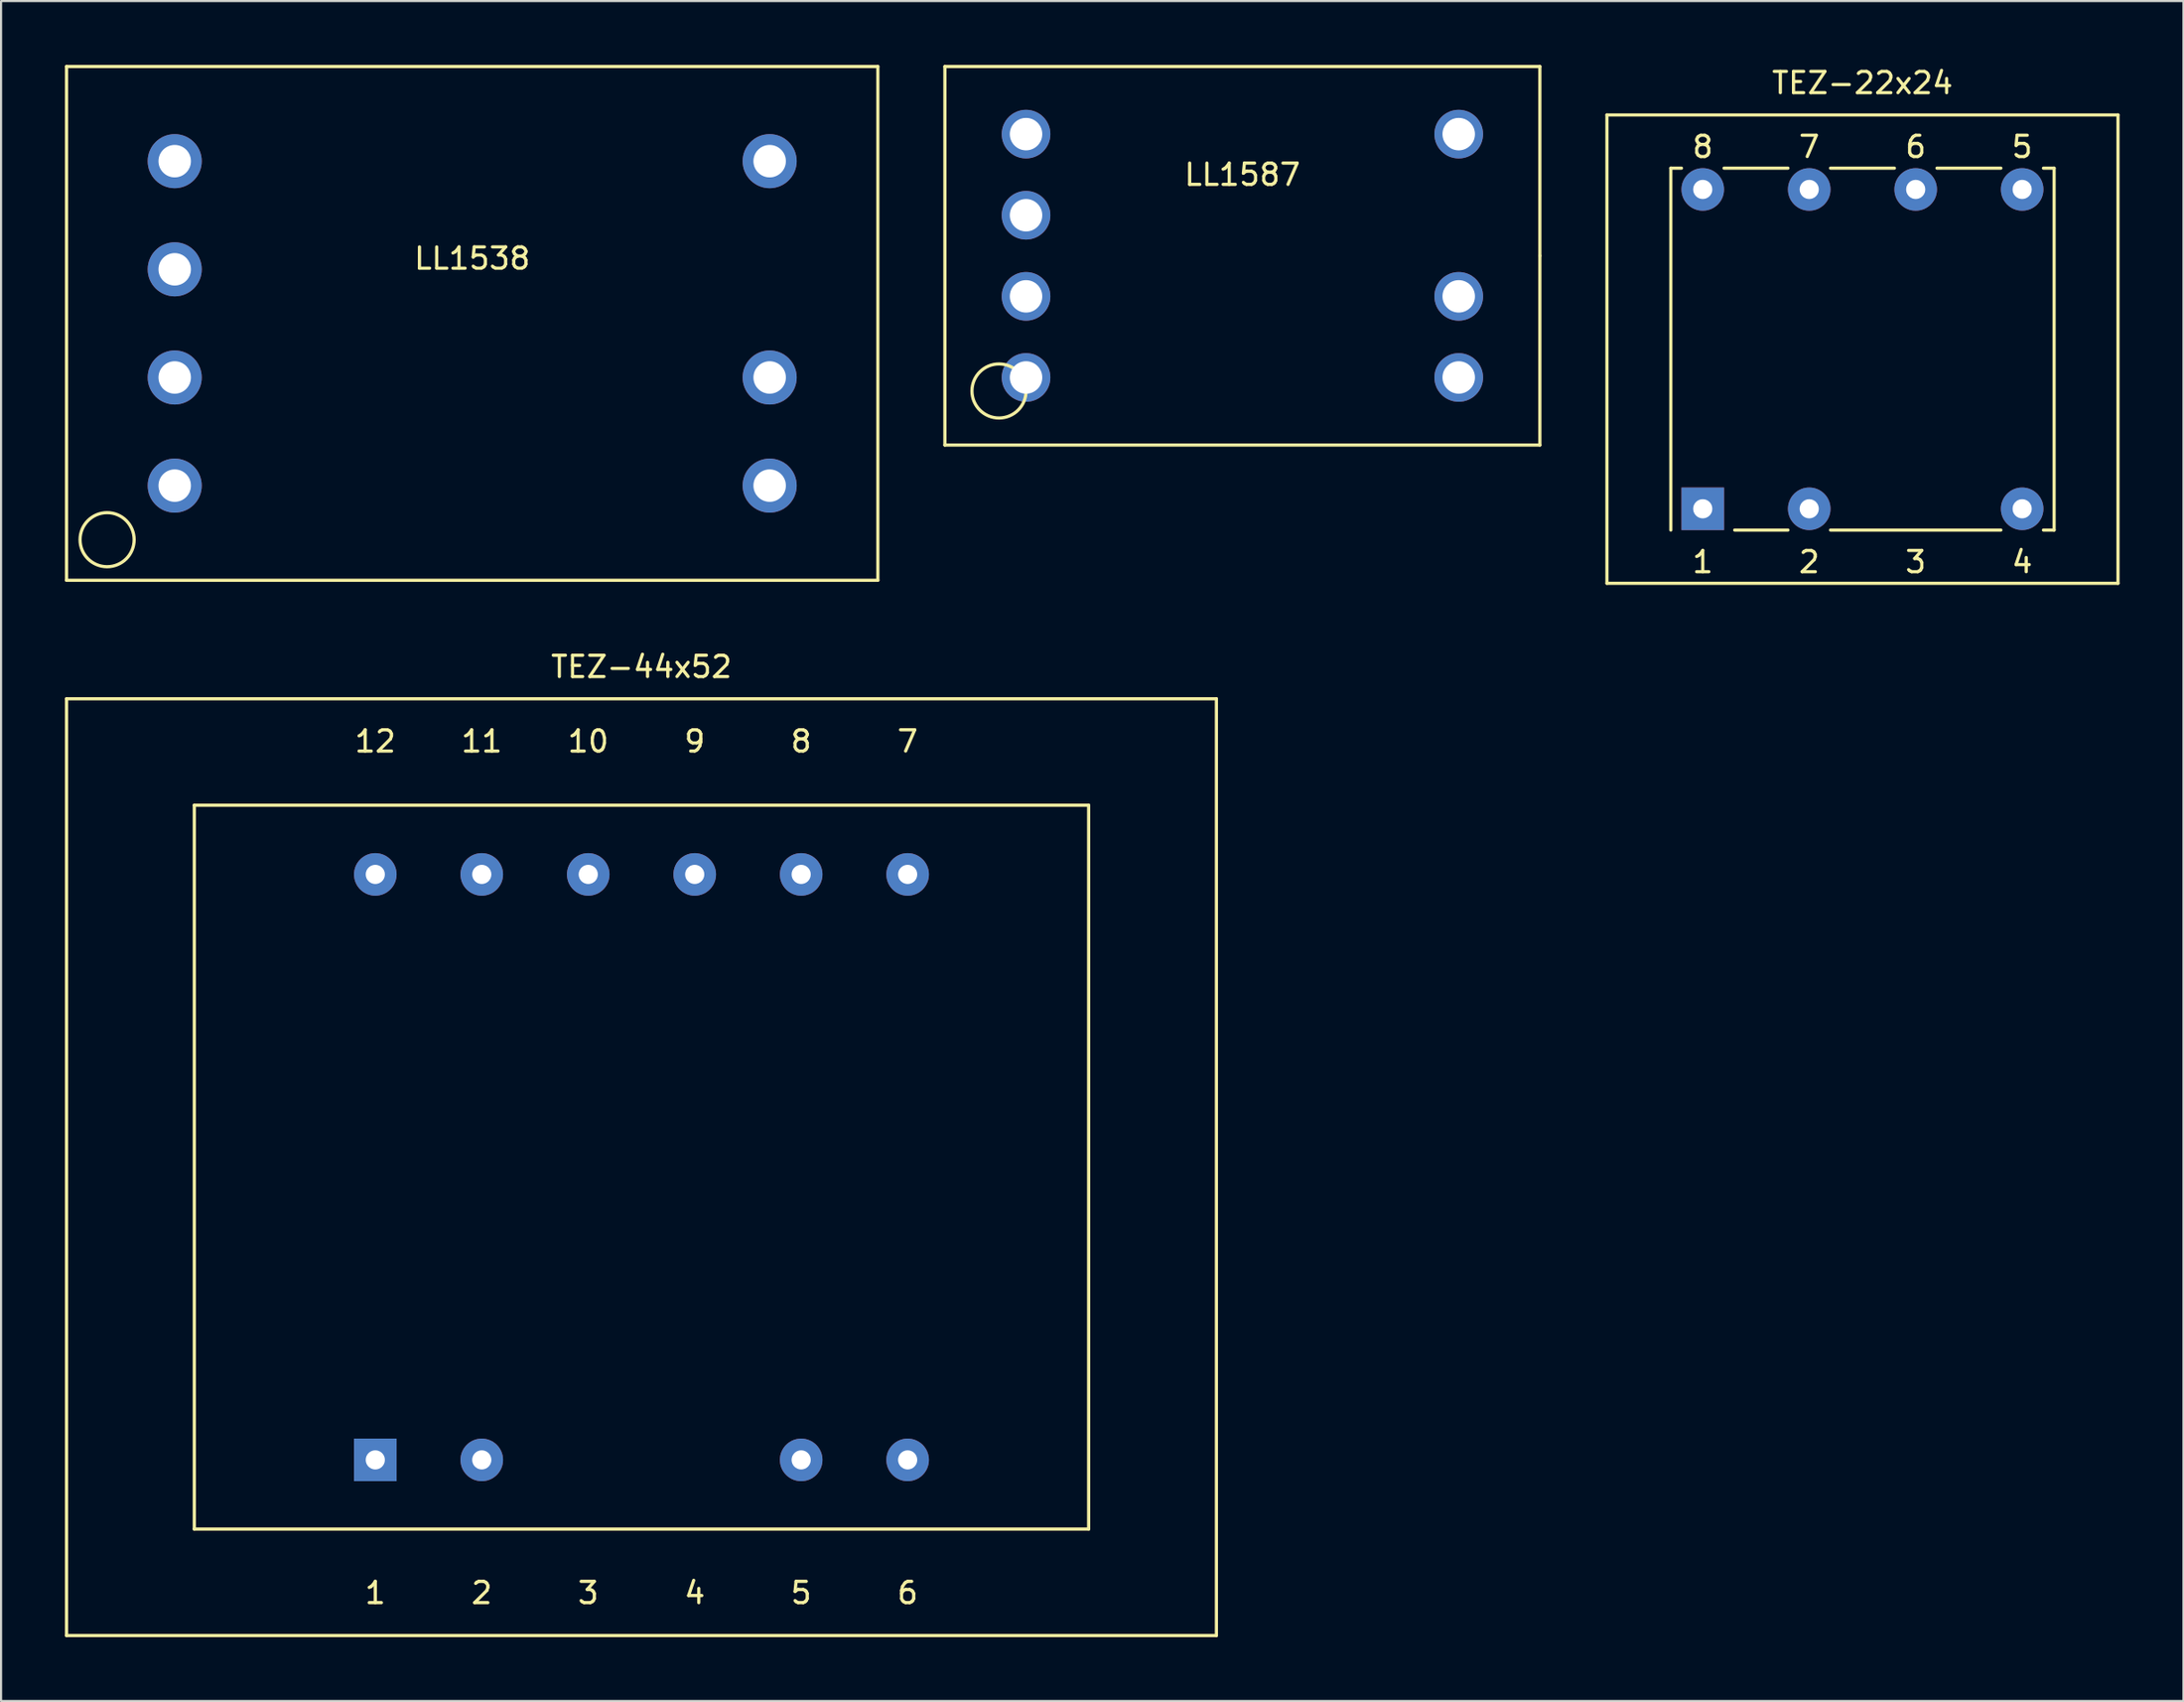
<source format=kicad_pcb>
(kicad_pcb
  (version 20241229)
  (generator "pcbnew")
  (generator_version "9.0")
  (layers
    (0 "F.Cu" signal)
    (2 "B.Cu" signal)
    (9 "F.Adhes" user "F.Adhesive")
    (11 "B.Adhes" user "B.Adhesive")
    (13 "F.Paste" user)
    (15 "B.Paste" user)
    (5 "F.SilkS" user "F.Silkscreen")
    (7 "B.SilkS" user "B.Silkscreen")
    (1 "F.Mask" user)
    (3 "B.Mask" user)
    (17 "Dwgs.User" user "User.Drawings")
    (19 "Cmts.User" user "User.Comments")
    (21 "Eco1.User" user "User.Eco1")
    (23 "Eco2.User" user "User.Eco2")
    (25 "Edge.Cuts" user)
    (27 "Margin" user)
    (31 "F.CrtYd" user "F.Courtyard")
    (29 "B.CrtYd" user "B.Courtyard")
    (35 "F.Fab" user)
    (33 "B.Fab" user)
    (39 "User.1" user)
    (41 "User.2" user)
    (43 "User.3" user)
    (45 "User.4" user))
  (footprint "TEZ-44x52"
    (layer "F.Cu")
    (at 27.075 51.772)
    (property "Reference" "TEZ-44x52" (at 0 -23.5 0) (layer "F.SilkS") (effects (font (size 1 1) (thickness 0.15))))
    (attr through_hole)
    (fp_line (start -27 -22) (end 27 -22) (stroke (width 0.15) (type solid)) (layer "F.SilkS"))
    (fp_line (start -27 22) (end -27 -22) (stroke (width 0.15) (type solid)) (layer "F.SilkS"))
    (fp_line (start -21 -17) (end 21 -17) (stroke (width 0.15) (type solid)) (layer "F.SilkS"))
    (fp_line (start -21 17) (end -21 -17) (stroke (width 0.15) (type solid)) (layer "F.SilkS"))
    (fp_line (start 21 -17) (end 21 17) (stroke (width 0.15) (type solid)) (layer "F.SilkS"))
    (fp_line (start 21 17) (end -21 17) (stroke (width 0.15) (type solid)) (layer "F.SilkS"))
    (fp_line (start 27 -22) (end 27 22) (stroke (width 0.15) (type solid)) (layer "F.SilkS"))
    (fp_line (start 27 22) (end -27 22) (stroke (width 0.15) (type solid)) (layer "F.SilkS"))
    (fp_text user "9" (at 2.5 -20 0) (layer "F.SilkS") (effects (font (size 1 1) (thickness 0.15))))
    (fp_text user "11" (at -7.5 -20 0) (layer "F.SilkS") (effects (font (size 1 1) (thickness 0.15))))
    (fp_text user "6" (at 12.5 20 0) (layer "F.SilkS") (effects (font (size 1 1) (thickness 0.15))))
    (fp_text user "12" (at -12.5 -20 0) (layer "F.SilkS") (effects (font (size 1 1) (thickness 0.15))))
    (fp_text user "10" (at -2.5 -20 0) (layer "F.SilkS") (effects (font (size 1 1) (thickness 0.15))))
    (fp_text user "5" (at 7.5 20 0) (layer "F.SilkS") (effects (font (size 1 1) (thickness 0.15))))
    (fp_text user "3" (at -2.5 20 0) (layer "F.SilkS") (effects (font (size 1 1) (thickness 0.15))))
    (fp_text user "7" (at 12.5 -20 0) (layer "F.SilkS") (effects (font (size 1 1) (thickness 0.15))))
    (fp_text user "8" (at 7.5 -20 0) (layer "F.SilkS") (effects (font (size 1 1) (thickness 0.15))))
    (fp_text user "2" (at -7.5 20 0) (layer "F.SilkS") (effects (font (size 1 1) (thickness 0.15))))
    (fp_text user "1" (at -12.5 20 0) (layer "F.SilkS") (effects (font (size 1 1) (thickness 0.15))))
    (fp_text user "4" (at 2.5 20 0) (layer "F.SilkS") (effects (font (size 1 1) (thickness 0.15))))
    (pad "1" thru_hole rect (at -12.5 13.75) (size 2 2) (drill 0.9) (layers "*.Cu" "*.Mask"))
    (pad "2" thru_hole circle (at -7.5 13.75) (size 2 2) (drill 0.9) (layers "*.Cu" "*.Mask"))
    (pad "5" thru_hole circle (at 7.5 13.75) (size 2 2) (drill 0.9) (layers "*.Cu" "*.Mask"))
    (pad "6" thru_hole circle (at 12.5 13.75) (size 2 2) (drill 0.9) (layers "*.Cu" "*.Mask"))
    (pad "7" thru_hole circle (at 12.5 -13.75) (size 2 2) (drill 0.9) (layers "*.Cu" "*.Mask"))
    (pad "8" thru_hole circle (at 7.5 -13.75) (size 2 2) (drill 0.9) (layers "*.Cu" "*.Mask"))
    (pad "9" thru_hole circle (at 2.5 -13.75) (size 2 2) (drill 0.9) (layers "*.Cu" "*.Mask"))
    (pad "10" thru_hole circle (at -2.5 -13.75) (size 2 2) (drill 0.9) (layers "*.Cu" "*.Mask"))
    (pad "11" thru_hole circle (at -7.5 -13.75) (size 2 2) (drill 0.9) (layers "*.Cu" "*.Mask"))
    (pad "12" thru_hole circle (at -12.5 -13.75) (size 2 2) (drill 0.9) (layers "*.Cu" "*.Mask")))
  (footprint "TEZ-22x24"
    (layer "F.Cu")
    (at 84.415 13.348)
    (property "Reference" "TEZ-22x24" (at 0 -12.5 0) (layer "F.SilkS") (effects (font (size 1 1) (thickness 0.15))))
    (attr through_hole)
    (fp_line (start -12 -11) (end 12 -11) (stroke (width 0.15) (type solid)) (layer "F.SilkS"))
    (fp_line (start -12 11) (end -12 -11) (stroke (width 0.15) (type solid)) (layer "F.SilkS"))
    (fp_line (start -9 8.5) (end -9 -8.5) (stroke (width 0.15) (type solid)) (layer "F.SilkS"))
    (fp_line (start -8.5 -8.5) (end -9 -8.5) (stroke (width 0.15) (type solid)) (layer "F.SilkS"))
    (fp_line (start -6.5 -8.5) (end -3.5 -8.5) (stroke (width 0.15) (type solid)) (layer "F.SilkS"))
    (fp_line (start -3.5 8.5) (end -6 8.5) (stroke (width 0.15) (type solid)) (layer "F.SilkS"))
    (fp_line (start -1.5 -8.5) (end 1.5 -8.5) (stroke (width 0.15) (type solid)) (layer "F.SilkS"))
    (fp_line (start -1.5 8.5) (end 6.5 8.5) (stroke (width 0.15) (type solid)) (layer "F.SilkS"))
    (fp_line (start 3.5 -8.5) (end 6.5 -8.5) (stroke (width 0.15) (type solid)) (layer "F.SilkS"))
    (fp_line (start 8.5 -8.5) (end 9 -8.5) (stroke (width 0.15) (type solid)) (layer "F.SilkS"))
    (fp_line (start 8.5 8.5) (end 9 8.5) (stroke (width 0.15) (type solid)) (layer "F.SilkS"))
    (fp_line (start 9 8.5) (end 9 -8.5) (stroke (width 0.15) (type solid)) (layer "F.SilkS"))
    (fp_line (start 12 -11) (end 12 11) (stroke (width 0.15) (type solid)) (layer "F.SilkS"))
    (fp_line (start 12 11) (end -12 11) (stroke (width 0.15) (type solid)) (layer "F.SilkS"))
    (fp_text user "2" (at -2.5 10 0) (layer "F.SilkS") (effects (font (size 1 1) (thickness 0.15))))
    (fp_text user "8" (at -7.5 -9.5 0) (layer "F.SilkS") (effects (font (size 1 1) (thickness 0.15))))
    (fp_text user "4" (at 7.5 10 0) (layer "F.SilkS") (effects (font (size 1 1) (thickness 0.15))))
    (fp_text user "6" (at 2.5 -9.5 0) (layer "F.SilkS") (effects (font (size 1 1) (thickness 0.15))))
    (fp_text user "7" (at -2.5 -9.5 0) (layer "F.SilkS") (effects (font (size 1 1) (thickness 0.15))))
    (fp_text user "1" (at -7.5 10 0) (layer "F.SilkS") (effects (font (size 1 1) (thickness 0.15))))
    (fp_text user "5" (at 7.5 -9.5 0) (layer "F.SilkS") (effects (font (size 1 1) (thickness 0.15))))
    (fp_text user "3" (at 2.5 10 0) (layer "F.SilkS") (effects (font (size 1 1) (thickness 0.15))))
    (pad "1" thru_hole rect (at -7.5 7.5) (size 2 2) (drill 0.9) (layers "*.Cu" "*.Mask"))
    (pad "2" thru_hole circle (at -2.5 7.5) (size 2 2) (drill 0.9) (layers "*.Cu" "*.Mask"))
    (pad "4" thru_hole circle (at 7.5 7.5) (size 2 2) (drill 0.9) (layers "*.Cu" "*.Mask"))
    (pad "5" thru_hole circle (at 7.5 -7.5) (size 2 2) (drill 0.9) (layers "*.Cu" "*.Mask"))
    (pad "6" thru_hole circle (at 2.5 -7.5) (size 2 2) (drill 0.9) (layers "*.Cu" "*.Mask"))
    (pad "7" thru_hole circle (at -2.5 -7.5) (size 2 2) (drill 0.9) (layers "*.Cu" "*.Mask"))
    (pad "8" thru_hole circle (at -7.5 -7.5) (size 2 2) (drill 0.9) (layers "*.Cu" "*.Mask")))
  (footprint "LL1587"
    (layer "F.Cu")
    (at 55.295 8.965)
    (property "Reference" "LL1587" (at 0 -3.81 0) (layer "F.SilkS") (effects (font (size 1 1) (thickness 0.15))))
    (attr through_hole)
    (fp_line (start -13.97 -8.89) (end -13.97 8.89) (stroke (width 0.15) (type solid)) (layer "F.SilkS"))
    (fp_line (start -13.97 8.89) (end 13.97 8.89) (stroke (width 0.15) (type solid)) (layer "F.SilkS"))
    (fp_line (start 13.97 -8.89) (end -13.97 -8.89) (stroke (width 0.15) (type solid)) (layer "F.SilkS"))
    (fp_line (start 13.97 0) (end 13.97 -8.89) (stroke (width 0.15) (type solid)) (layer "F.SilkS"))
    (fp_line (start 13.97 8.89) (end 13.97 0) (stroke (width 0.15) (type solid)) (layer "F.SilkS"))
    (fp_circle (center -11.43 6.35) (end -11.43 5.08) (stroke (width 0.15) (type solid)) (fill no) (layer "F.SilkS"))
    (pad "1" thru_hole circle (at -10.16 5.715) (size 2.286 2.286) (drill 1.524) (layers "*.Cu" "*.Mask"))
    (pad "2" thru_hole circle (at -10.16 1.905) (size 2.286 2.286) (drill 1.524) (layers "*.Cu" "*.Mask"))
    (pad "3" thru_hole circle (at -10.16 -1.905) (size 2.286 2.286) (drill 1.524) (layers "*.Cu" "*.Mask"))
    (pad "4" thru_hole circle (at -10.16 -5.715) (size 2.286 2.286) (drill 1.524) (layers "*.Cu" "*.Mask"))
    (pad "5" thru_hole circle (at 10.16 5.715) (size 2.286 2.286) (drill 1.524) (layers "*.Cu" "*.Mask"))
    (pad "6" thru_hole circle (at 10.16 1.905) (size 2.286 2.286) (drill 1.524) (layers "*.Cu" "*.Mask"))
    (pad "8" thru_hole circle (at 10.16 -5.715) (size 2.286 2.286) (drill 1.524) (layers "*.Cu" "*.Mask")))
  (footprint "LL1538"
    (layer "F.Cu")
    (at 19.125 12.14)
    (property "Reference" "LL1538" (at 0 -3.048 0) (layer "F.SilkS") (effects (font (size 1 1) (thickness 0.15))))
    (attr smd)
    (fp_line (start -19.05 -12.065) (end 19.05 -12.065) (stroke (width 0.15) (type solid)) (layer "F.SilkS"))
    (fp_line (start -19.05 12.065) (end -19.05 -12.065) (stroke (width 0.15) (type solid)) (layer "F.SilkS"))
    (fp_line (start 19.05 -12.065) (end 19.05 12.065) (stroke (width 0.15) (type solid)) (layer "F.SilkS"))
    (fp_line (start 19.05 12.065) (end -19.05 12.065) (stroke (width 0.15) (type solid)) (layer "F.SilkS"))
    (fp_circle (center -17.145 10.16) (end -17.145 8.89) (stroke (width 0.15) (type solid)) (fill no) (layer "F.SilkS"))
    (pad "1" thru_hole circle (at -13.97 7.62) (size 2.54 2.54) (drill 1.524) (layers "*.Cu" "*.Mask"))
    (pad "2" thru_hole circle (at -13.97 2.54) (size 2.54 2.54) (drill 1.524) (layers "*.Cu" "*.Mask"))
    (pad "3" thru_hole circle (at -13.97 -2.54) (size 2.54 2.54) (drill 1.524) (layers "*.Cu" "*.Mask"))
    (pad "4" thru_hole circle (at -13.97 -7.62) (size 2.54 2.54) (drill 1.524) (layers "*.Cu" "*.Mask"))
    (pad "5" thru_hole circle (at 13.97 7.62) (size 2.54 2.54) (drill 1.524) (layers "*.Cu" "*.Mask"))
    (pad "6" thru_hole circle (at 13.97 2.54) (size 2.54 2.54) (drill 1.524) (layers "*.Cu" "*.Mask"))
    (pad "8" thru_hole circle (at 13.97 -7.62) (size 2.54 2.54) (drill 1.524) (layers "*.Cu" "*.Mask")))
  (gr_rect
    (start -3 -3)
    (end 99.49 76.847)
    (stroke (width 0.1) (type default))
    (fill no)
    (layer "Edge.Cuts")))
</source>
